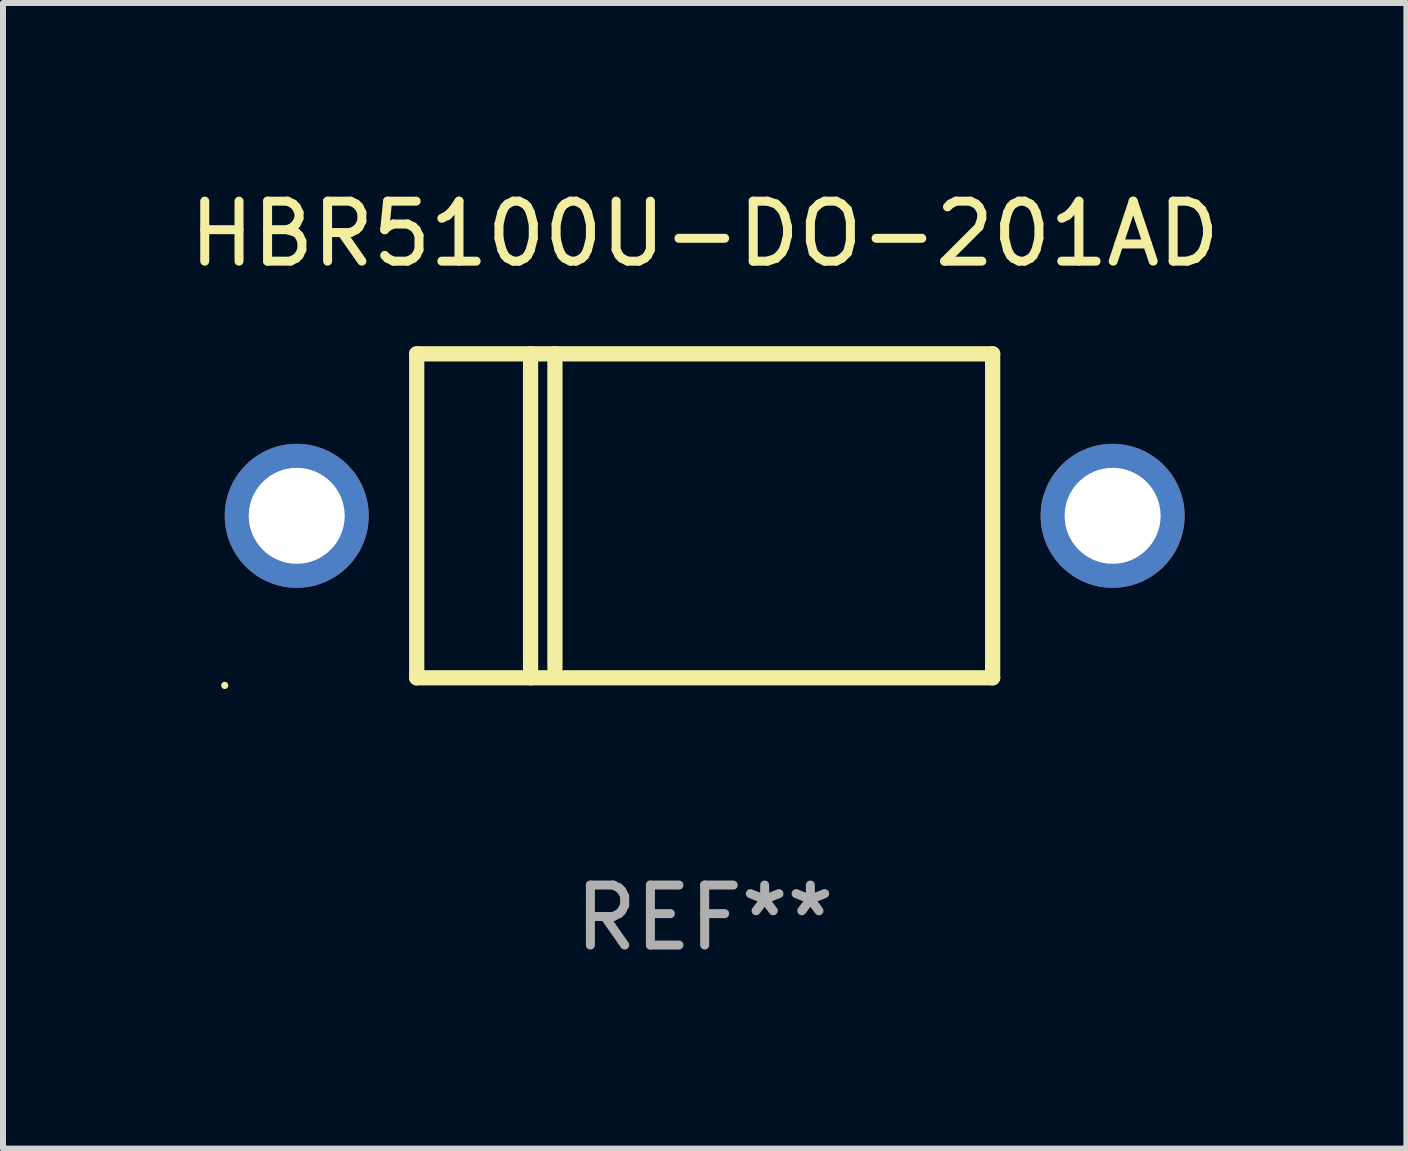
<source format=kicad_pcb>
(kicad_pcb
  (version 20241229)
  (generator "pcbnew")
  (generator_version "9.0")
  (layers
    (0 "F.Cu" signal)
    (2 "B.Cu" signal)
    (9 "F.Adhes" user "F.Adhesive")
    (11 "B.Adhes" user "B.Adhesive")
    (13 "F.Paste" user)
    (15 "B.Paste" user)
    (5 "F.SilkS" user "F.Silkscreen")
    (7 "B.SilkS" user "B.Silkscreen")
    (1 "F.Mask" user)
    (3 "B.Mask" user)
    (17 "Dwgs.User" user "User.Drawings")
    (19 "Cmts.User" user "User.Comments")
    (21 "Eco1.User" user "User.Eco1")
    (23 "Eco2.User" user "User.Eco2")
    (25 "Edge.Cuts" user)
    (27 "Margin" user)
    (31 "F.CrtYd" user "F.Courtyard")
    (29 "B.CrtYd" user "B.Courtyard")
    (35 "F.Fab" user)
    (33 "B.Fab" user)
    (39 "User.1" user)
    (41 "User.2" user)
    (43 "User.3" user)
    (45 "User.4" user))
  (footprint "HBR5100U-DO-201AD"
    (layer "F.Cu")
    (at 8.696 5.548)
    (property "Reference" "HBR5100U-DO-201AD" (at 0 -4.7 0) (layer "F.SilkS") (effects (font (size 1 1) (thickness 0.15))))
    (attr through_hole)
    (fp_line (start -4.8 -2.7) (end -4.8 2.7) (stroke (width 0.254) (type solid)) (layer "F.SilkS"))
    (fp_line (start -4.8 -2.7) (end 4.8 -2.7) (stroke (width 0.254) (type solid)) (layer "F.SilkS"))
    (fp_line (start -2.902 -2.7) (end -2.902 2.7) (stroke (width 0.254) (type solid)) (layer "F.SilkS"))
    (fp_line (start -2.496 -2.7) (end -2.496 2.54) (stroke (width 0.254) (type solid)) (layer "F.SilkS"))
    (fp_line (start 4.8 -2.7) (end 4.8 2.7) (stroke (width 0.254) (type solid)) (layer "F.SilkS"))
    (fp_line (start 4.8 2.7) (end -4.8 2.7) (stroke (width 0.254) (type solid)) (layer "F.SilkS"))
    (fp_circle (center -8 2.827) (end -7.97 2.827) (stroke (width 0.06) (type solid)) (fill no) (layer "F.SilkS"))
    (fp_text user "REF**" (at 0 6.7 0) (layer "F.Fab") (effects (font (size 1 1) (thickness 0.15))))
    (pad "1" thru_hole circle (at -6.8 0) (size 2.4 2.4) (drill 1.6) (layers "*.Cu" "*.Mask"))
    (pad "2" thru_hole circle (at 6.8 0) (size 2.4 2.4) (drill 1.6) (layers "*.Cu" "*.Mask")))
  (gr_rect
    (start -3 -3)
    (end 20.393 16.096)
    (stroke (width 0.1) (type default))
    (fill no)
    (layer "Edge.Cuts")))
</source>
